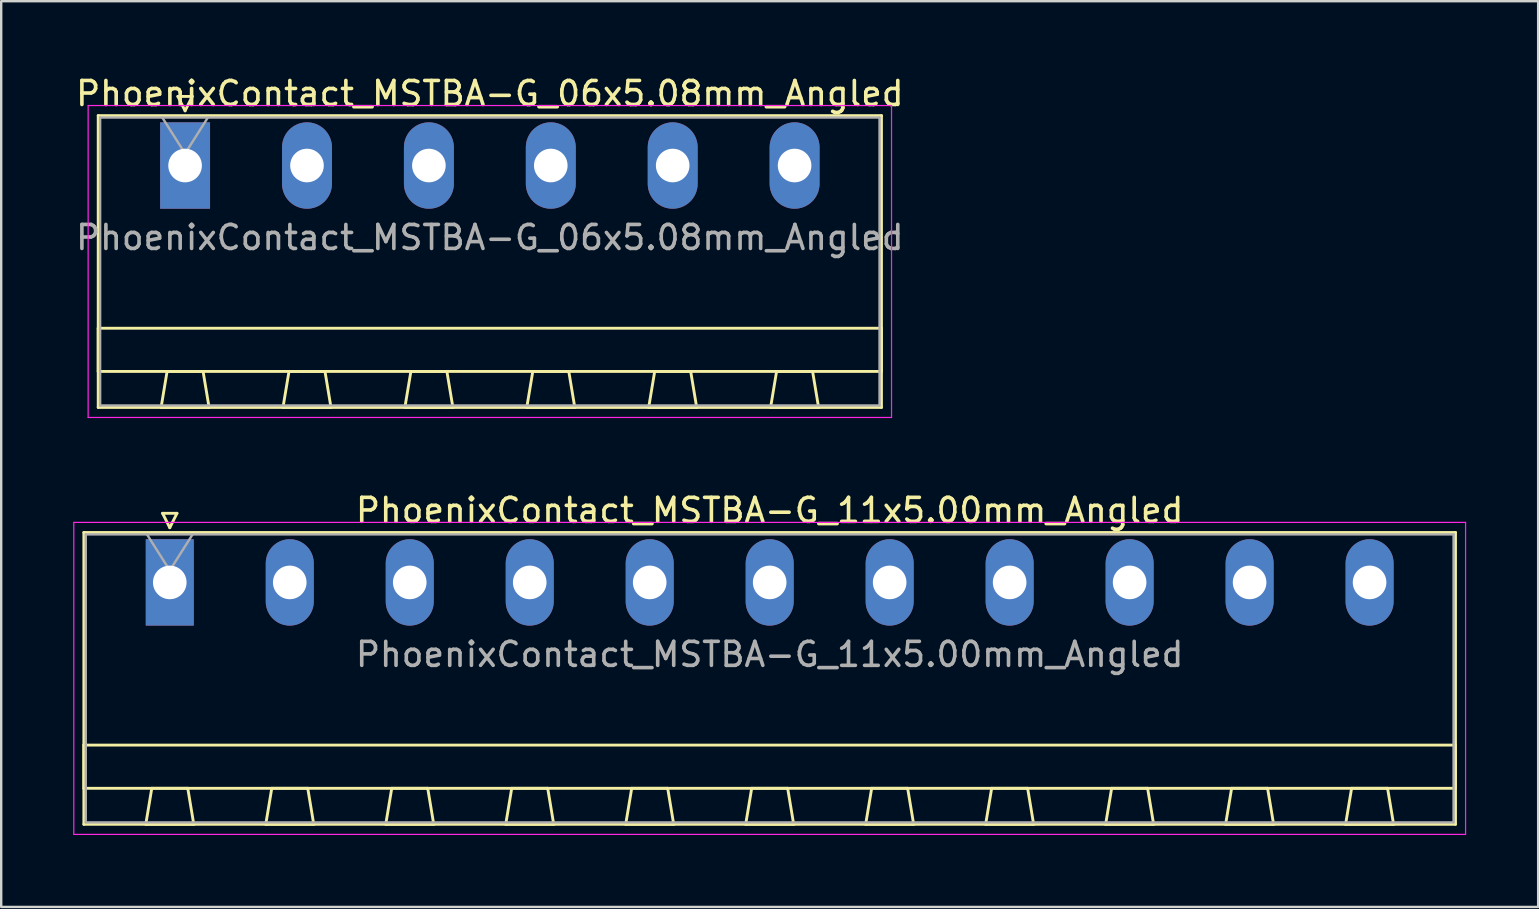
<source format=kicad_pcb>
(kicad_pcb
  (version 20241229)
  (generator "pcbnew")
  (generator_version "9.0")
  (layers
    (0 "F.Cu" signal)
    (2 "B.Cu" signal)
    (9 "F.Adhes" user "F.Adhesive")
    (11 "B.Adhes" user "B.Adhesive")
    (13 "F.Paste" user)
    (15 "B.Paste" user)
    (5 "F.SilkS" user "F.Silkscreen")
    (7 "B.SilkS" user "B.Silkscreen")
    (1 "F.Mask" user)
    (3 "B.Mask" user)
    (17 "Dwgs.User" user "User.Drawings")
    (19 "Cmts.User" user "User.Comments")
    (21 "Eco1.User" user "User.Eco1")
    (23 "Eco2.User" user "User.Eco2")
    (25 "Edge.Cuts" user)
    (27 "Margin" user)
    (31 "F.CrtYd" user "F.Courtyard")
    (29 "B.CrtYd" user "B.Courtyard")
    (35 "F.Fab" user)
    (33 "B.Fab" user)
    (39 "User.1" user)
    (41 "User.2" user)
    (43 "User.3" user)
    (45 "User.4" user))
  (footprint "PhoenixContact_MSTBA-G_06x5.08mm_Angled"
    (layer "F.Cu")
    (at 4.663 3.848)
    (property "Reference" "PhoenixContact_MSTBA-G_06x5.08mm_Angled" (at 12.7 -3 0) (layer "F.SilkS") (effects (font (size 1 1) (thickness 0.15))))
    (attr through_hole)
    (fp_line (start -3.62 -2.08) (end -3.62 10.08) (stroke (width 0.12) (type solid)) (layer "F.SilkS"))
    (fp_line (start -3.62 6.78) (end 29.02 6.78) (stroke (width 0.12) (type solid)) (layer "F.SilkS"))
    (fp_line (start -3.62 8.58) (end -3.62 6.78) (stroke (width 0.12) (type solid)) (layer "F.SilkS"))
    (fp_line (start -3.62 10.08) (end 29.02 10.08) (stroke (width 0.12) (type solid)) (layer "F.SilkS"))
    (fp_line (start -1 10.08) (end 1 10.08) (stroke (width 0.12) (type solid)) (layer "F.SilkS"))
    (fp_line (start -0.75 8.58) (end -1 10.08) (stroke (width 0.12) (type solid)) (layer "F.SilkS"))
    (fp_line (start -0.3 -2.88) (end 0.3 -2.88) (stroke (width 0.12) (type solid)) (layer "F.SilkS"))
    (fp_line (start 0 -2.28) (end -0.3 -2.88) (stroke (width 0.12) (type solid)) (layer "F.SilkS"))
    (fp_line (start 0.3 -2.88) (end 0 -2.28) (stroke (width 0.12) (type solid)) (layer "F.SilkS"))
    (fp_line (start 0.75 8.58) (end -0.75 8.58) (stroke (width 0.12) (type solid)) (layer "F.SilkS"))
    (fp_line (start 1 10.08) (end 0.75 8.58) (stroke (width 0.12) (type solid)) (layer "F.SilkS"))
    (fp_line (start 4.08 10.08) (end 6.08 10.08) (stroke (width 0.12) (type solid)) (layer "F.SilkS"))
    (fp_line (start 4.33 8.58) (end 4.08 10.08) (stroke (width 0.12) (type solid)) (layer "F.SilkS"))
    (fp_line (start 5.83 8.58) (end 4.33 8.58) (stroke (width 0.12) (type solid)) (layer "F.SilkS"))
    (fp_line (start 6.08 10.08) (end 5.83 8.58) (stroke (width 0.12) (type solid)) (layer "F.SilkS"))
    (fp_line (start 9.16 10.08) (end 11.16 10.08) (stroke (width 0.12) (type solid)) (layer "F.SilkS"))
    (fp_line (start 9.41 8.58) (end 9.16 10.08) (stroke (width 0.12) (type solid)) (layer "F.SilkS"))
    (fp_line (start 10.91 8.58) (end 9.41 8.58) (stroke (width 0.12) (type solid)) (layer "F.SilkS"))
    (fp_line (start 11.16 10.08) (end 10.91 8.58) (stroke (width 0.12) (type solid)) (layer "F.SilkS"))
    (fp_line (start 14.24 10.08) (end 16.24 10.08) (stroke (width 0.12) (type solid)) (layer "F.SilkS"))
    (fp_line (start 14.49 8.58) (end 14.24 10.08) (stroke (width 0.12) (type solid)) (layer "F.SilkS"))
    (fp_line (start 15.99 8.58) (end 14.49 8.58) (stroke (width 0.12) (type solid)) (layer "F.SilkS"))
    (fp_line (start 16.24 10.08) (end 15.99 8.58) (stroke (width 0.12) (type solid)) (layer "F.SilkS"))
    (fp_line (start 19.32 10.08) (end 21.32 10.08) (stroke (width 0.12) (type solid)) (layer "F.SilkS"))
    (fp_line (start 19.57 8.58) (end 19.32 10.08) (stroke (width 0.12) (type solid)) (layer "F.SilkS"))
    (fp_line (start 21.07 8.58) (end 19.57 8.58) (stroke (width 0.12) (type solid)) (layer "F.SilkS"))
    (fp_line (start 21.32 10.08) (end 21.07 8.58) (stroke (width 0.12) (type solid)) (layer "F.SilkS"))
    (fp_line (start 24.4 10.08) (end 26.4 10.08) (stroke (width 0.12) (type solid)) (layer "F.SilkS"))
    (fp_line (start 24.65 8.58) (end 24.4 10.08) (stroke (width 0.12) (type solid)) (layer "F.SilkS"))
    (fp_line (start 26.15 8.58) (end 24.65 8.58) (stroke (width 0.12) (type solid)) (layer "F.SilkS"))
    (fp_line (start 26.4 10.08) (end 26.15 8.58) (stroke (width 0.12) (type solid)) (layer "F.SilkS"))
    (fp_line (start 29.02 -2.08) (end -3.62 -2.08) (stroke (width 0.12) (type solid)) (layer "F.SilkS"))
    (fp_line (start 29.02 6.78) (end 29.02 8.58) (stroke (width 0.12) (type solid)) (layer "F.SilkS"))
    (fp_line (start 29.02 8.58) (end -3.62 8.58) (stroke (width 0.12) (type solid)) (layer "F.SilkS"))
    (fp_line (start 29.02 10.08) (end 29.02 -2.08) (stroke (width 0.12) (type solid)) (layer "F.SilkS"))
    (fp_line (start -4.04 -2.5) (end -4.04 10.5) (stroke (width 0.05) (type solid)) (layer "F.CrtYd"))
    (fp_line (start -4.04 10.5) (end 29.44 10.5) (stroke (width 0.05) (type solid)) (layer "F.CrtYd"))
    (fp_line (start 29.44 -2.5) (end -4.04 -2.5) (stroke (width 0.05) (type solid)) (layer "F.CrtYd"))
    (fp_line (start 29.44 10.5) (end 29.44 -2.5) (stroke (width 0.05) (type solid)) (layer "F.CrtYd"))
    (fp_line (start -3.54 -2) (end -3.54 10) (stroke (width 0.1) (type solid)) (layer "F.Fab"))
    (fp_line (start -3.54 10) (end 28.94 10) (stroke (width 0.1) (type solid)) (layer "F.Fab"))
    (fp_line (start 0 -0.5) (end -0.95 -2) (stroke (width 0.1) (type solid)) (layer "F.Fab"))
    (fp_line (start 0.95 -2) (end 0 -0.5) (stroke (width 0.1) (type solid)) (layer "F.Fab"))
    (fp_line (start 28.94 -2) (end -3.54 -2) (stroke (width 0.1) (type solid)) (layer "F.Fab"))
    (fp_line (start 28.94 10) (end 28.94 -2) (stroke (width 0.1) (type solid)) (layer "F.Fab"))
    (fp_text user "${REFERENCE}" (at 12.7 3 0) (layer "F.Fab") (effects (font (size 1 1) (thickness 0.15))))
    (pad "1" thru_hole rect (at 0 0) (size 2.08 3.6) (drill 1.4) (layers "*.Cu" "*.Mask"))
    (pad "2" thru_hole oval (at 5.08 0) (size 2.08 3.6) (drill 1.4) (layers "*.Cu" "*.Mask"))
    (pad "3" thru_hole oval (at 10.16 0) (size 2.08 3.6) (drill 1.4) (layers "*.Cu" "*.Mask"))
    (pad "4" thru_hole oval (at 15.24 0) (size 2.08 3.6) (drill 1.4) (layers "*.Cu" "*.Mask"))
    (pad "5" thru_hole oval (at 20.32 0) (size 2.08 3.6) (drill 1.4) (layers "*.Cu" "*.Mask"))
    (pad "6" thru_hole oval (at 25.4 0) (size 2.08 3.6) (drill 1.4) (layers "*.Cu" "*.Mask")))
  (footprint "PhoenixContact_MSTBA-G_11x5.00mm_Angled"
    (layer "F.Cu")
    (at 4.025 21.221)
    (property "Reference" "PhoenixContact_MSTBA-G_11x5.00mm_Angled" (at 25 -3 0) (layer "F.SilkS") (effects (font (size 1 1) (thickness 0.15))))
    (attr through_hole)
    (fp_line (start -3.58 -2.08) (end -3.58 10.08) (stroke (width 0.12) (type solid)) (layer "F.SilkS"))
    (fp_line (start -3.58 6.78) (end 53.58 6.78) (stroke (width 0.12) (type solid)) (layer "F.SilkS"))
    (fp_line (start -3.58 8.58) (end -3.58 6.78) (stroke (width 0.12) (type solid)) (layer "F.SilkS"))
    (fp_line (start -3.58 10.08) (end 53.58 10.08) (stroke (width 0.12) (type solid)) (layer "F.SilkS"))
    (fp_line (start -1 10.08) (end 1 10.08) (stroke (width 0.12) (type solid)) (layer "F.SilkS"))
    (fp_line (start -0.75 8.58) (end -1 10.08) (stroke (width 0.12) (type solid)) (layer "F.SilkS"))
    (fp_line (start -0.3 -2.88) (end 0.3 -2.88) (stroke (width 0.12) (type solid)) (layer "F.SilkS"))
    (fp_line (start 0 -2.28) (end -0.3 -2.88) (stroke (width 0.12) (type solid)) (layer "F.SilkS"))
    (fp_line (start 0.3 -2.88) (end 0 -2.28) (stroke (width 0.12) (type solid)) (layer "F.SilkS"))
    (fp_line (start 0.75 8.58) (end -0.75 8.58) (stroke (width 0.12) (type solid)) (layer "F.SilkS"))
    (fp_line (start 1 10.08) (end 0.75 8.58) (stroke (width 0.12) (type solid)) (layer "F.SilkS"))
    (fp_line (start 4 10.08) (end 6 10.08) (stroke (width 0.12) (type solid)) (layer "F.SilkS"))
    (fp_line (start 4.25 8.58) (end 4 10.08) (stroke (width 0.12) (type solid)) (layer "F.SilkS"))
    (fp_line (start 5.75 8.58) (end 4.25 8.58) (stroke (width 0.12) (type solid)) (layer "F.SilkS"))
    (fp_line (start 6 10.08) (end 5.75 8.58) (stroke (width 0.12) (type solid)) (layer "F.SilkS"))
    (fp_line (start 9 10.08) (end 11 10.08) (stroke (width 0.12) (type solid)) (layer "F.SilkS"))
    (fp_line (start 9.25 8.58) (end 9 10.08) (stroke (width 0.12) (type solid)) (layer "F.SilkS"))
    (fp_line (start 10.75 8.58) (end 9.25 8.58) (stroke (width 0.12) (type solid)) (layer "F.SilkS"))
    (fp_line (start 11 10.08) (end 10.75 8.58) (stroke (width 0.12) (type solid)) (layer "F.SilkS"))
    (fp_line (start 14 10.08) (end 16 10.08) (stroke (width 0.12) (type solid)) (layer "F.SilkS"))
    (fp_line (start 14.25 8.58) (end 14 10.08) (stroke (width 0.12) (type solid)) (layer "F.SilkS"))
    (fp_line (start 15.75 8.58) (end 14.25 8.58) (stroke (width 0.12) (type solid)) (layer "F.SilkS"))
    (fp_line (start 16 10.08) (end 15.75 8.58) (stroke (width 0.12) (type solid)) (layer "F.SilkS"))
    (fp_line (start 19 10.08) (end 21 10.08) (stroke (width 0.12) (type solid)) (layer "F.SilkS"))
    (fp_line (start 19.25 8.58) (end 19 10.08) (stroke (width 0.12) (type solid)) (layer "F.SilkS"))
    (fp_line (start 20.75 8.58) (end 19.25 8.58) (stroke (width 0.12) (type solid)) (layer "F.SilkS"))
    (fp_line (start 21 10.08) (end 20.75 8.58) (stroke (width 0.12) (type solid)) (layer "F.SilkS"))
    (fp_line (start 24 10.08) (end 26 10.08) (stroke (width 0.12) (type solid)) (layer "F.SilkS"))
    (fp_line (start 24.25 8.58) (end 24 10.08) (stroke (width 0.12) (type solid)) (layer "F.SilkS"))
    (fp_line (start 25.75 8.58) (end 24.25 8.58) (stroke (width 0.12) (type solid)) (layer "F.SilkS"))
    (fp_line (start 26 10.08) (end 25.75 8.58) (stroke (width 0.12) (type solid)) (layer "F.SilkS"))
    (fp_line (start 29 10.08) (end 31 10.08) (stroke (width 0.12) (type solid)) (layer "F.SilkS"))
    (fp_line (start 29.25 8.58) (end 29 10.08) (stroke (width 0.12) (type solid)) (layer "F.SilkS"))
    (fp_line (start 30.75 8.58) (end 29.25 8.58) (stroke (width 0.12) (type solid)) (layer "F.SilkS"))
    (fp_line (start 31 10.08) (end 30.75 8.58) (stroke (width 0.12) (type solid)) (layer "F.SilkS"))
    (fp_line (start 34 10.08) (end 36 10.08) (stroke (width 0.12) (type solid)) (layer "F.SilkS"))
    (fp_line (start 34.25 8.58) (end 34 10.08) (stroke (width 0.12) (type solid)) (layer "F.SilkS"))
    (fp_line (start 35.75 8.58) (end 34.25 8.58) (stroke (width 0.12) (type solid)) (layer "F.SilkS"))
    (fp_line (start 36 10.08) (end 35.75 8.58) (stroke (width 0.12) (type solid)) (layer "F.SilkS"))
    (fp_line (start 39 10.08) (end 41 10.08) (stroke (width 0.12) (type solid)) (layer "F.SilkS"))
    (fp_line (start 39.25 8.58) (end 39 10.08) (stroke (width 0.12) (type solid)) (layer "F.SilkS"))
    (fp_line (start 40.75 8.58) (end 39.25 8.58) (stroke (width 0.12) (type solid)) (layer "F.SilkS"))
    (fp_line (start 41 10.08) (end 40.75 8.58) (stroke (width 0.12) (type solid)) (layer "F.SilkS"))
    (fp_line (start 44 10.08) (end 46 10.08) (stroke (width 0.12) (type solid)) (layer "F.SilkS"))
    (fp_line (start 44.25 8.58) (end 44 10.08) (stroke (width 0.12) (type solid)) (layer "F.SilkS"))
    (fp_line (start 45.75 8.58) (end 44.25 8.58) (stroke (width 0.12) (type solid)) (layer "F.SilkS"))
    (fp_line (start 46 10.08) (end 45.75 8.58) (stroke (width 0.12) (type solid)) (layer "F.SilkS"))
    (fp_line (start 49 10.08) (end 51 10.08) (stroke (width 0.12) (type solid)) (layer "F.SilkS"))
    (fp_line (start 49.25 8.58) (end 49 10.08) (stroke (width 0.12) (type solid)) (layer "F.SilkS"))
    (fp_line (start 50.75 8.58) (end 49.25 8.58) (stroke (width 0.12) (type solid)) (layer "F.SilkS"))
    (fp_line (start 51 10.08) (end 50.75 8.58) (stroke (width 0.12) (type solid)) (layer "F.SilkS"))
    (fp_line (start 53.58 -2.08) (end -3.58 -2.08) (stroke (width 0.12) (type solid)) (layer "F.SilkS"))
    (fp_line (start 53.58 6.78) (end 53.58 8.58) (stroke (width 0.12) (type solid)) (layer "F.SilkS"))
    (fp_line (start 53.58 8.58) (end -3.58 8.58) (stroke (width 0.12) (type solid)) (layer "F.SilkS"))
    (fp_line (start 53.58 10.08) (end 53.58 -2.08) (stroke (width 0.12) (type solid)) (layer "F.SilkS"))
    (fp_line (start -4 -2.5) (end -4 10.5) (stroke (width 0.05) (type solid)) (layer "F.CrtYd"))
    (fp_line (start -4 10.5) (end 54 10.5) (stroke (width 0.05) (type solid)) (layer "F.CrtYd"))
    (fp_line (start 54 -2.5) (end -4 -2.5) (stroke (width 0.05) (type solid)) (layer "F.CrtYd"))
    (fp_line (start 54 10.5) (end 54 -2.5) (stroke (width 0.05) (type solid)) (layer "F.CrtYd"))
    (fp_line (start -3.5 -2) (end -3.5 10) (stroke (width 0.1) (type solid)) (layer "F.Fab"))
    (fp_line (start -3.5 10) (end 53.5 10) (stroke (width 0.1) (type solid)) (layer "F.Fab"))
    (fp_line (start 0 -0.5) (end -0.95 -2) (stroke (width 0.1) (type solid)) (layer "F.Fab"))
    (fp_line (start 0.95 -2) (end 0 -0.5) (stroke (width 0.1) (type solid)) (layer "F.Fab"))
    (fp_line (start 53.5 -2) (end -3.5 -2) (stroke (width 0.1) (type solid)) (layer "F.Fab"))
    (fp_line (start 53.5 10) (end 53.5 -2) (stroke (width 0.1) (type solid)) (layer "F.Fab"))
    (fp_text user "${REFERENCE}" (at 25 3 0) (layer "F.Fab") (effects (font (size 1 1) (thickness 0.15))))
    (pad "1" thru_hole rect (at 0 0) (size 2 3.6) (drill 1.4) (layers "*.Cu" "*.Mask"))
    (pad "2" thru_hole oval (at 5 0) (size 2 3.6) (drill 1.4) (layers "*.Cu" "*.Mask"))
    (pad "3" thru_hole oval (at 10 0) (size 2 3.6) (drill 1.4) (layers "*.Cu" "*.Mask"))
    (pad "4" thru_hole oval (at 15 0) (size 2 3.6) (drill 1.4) (layers "*.Cu" "*.Mask"))
    (pad "5" thru_hole oval (at 20 0) (size 2 3.6) (drill 1.4) (layers "*.Cu" "*.Mask"))
    (pad "6" thru_hole oval (at 25 0) (size 2 3.6) (drill 1.4) (layers "*.Cu" "*.Mask"))
    (pad "7" thru_hole oval (at 30 0) (size 2 3.6) (drill 1.4) (layers "*.Cu" "*.Mask"))
    (pad "8" thru_hole oval (at 35 0) (size 2 3.6) (drill 1.4) (layers "*.Cu" "*.Mask"))
    (pad "9" thru_hole oval (at 40 0) (size 2 3.6) (drill 1.4) (layers "*.Cu" "*.Mask"))
    (pad "10" thru_hole oval (at 45 0) (size 2 3.6) (drill 1.4) (layers "*.Cu" "*.Mask"))
    (pad "11" thru_hole oval (at 50 0) (size 2 3.6) (drill 1.4) (layers "*.Cu" "*.Mask")))
  (gr_rect
    (start -3 -3)
    (end 61.05 34.746)
    (stroke (width 0.1) (type default))
    (fill no)
    (layer "Edge.Cuts")))
</source>
